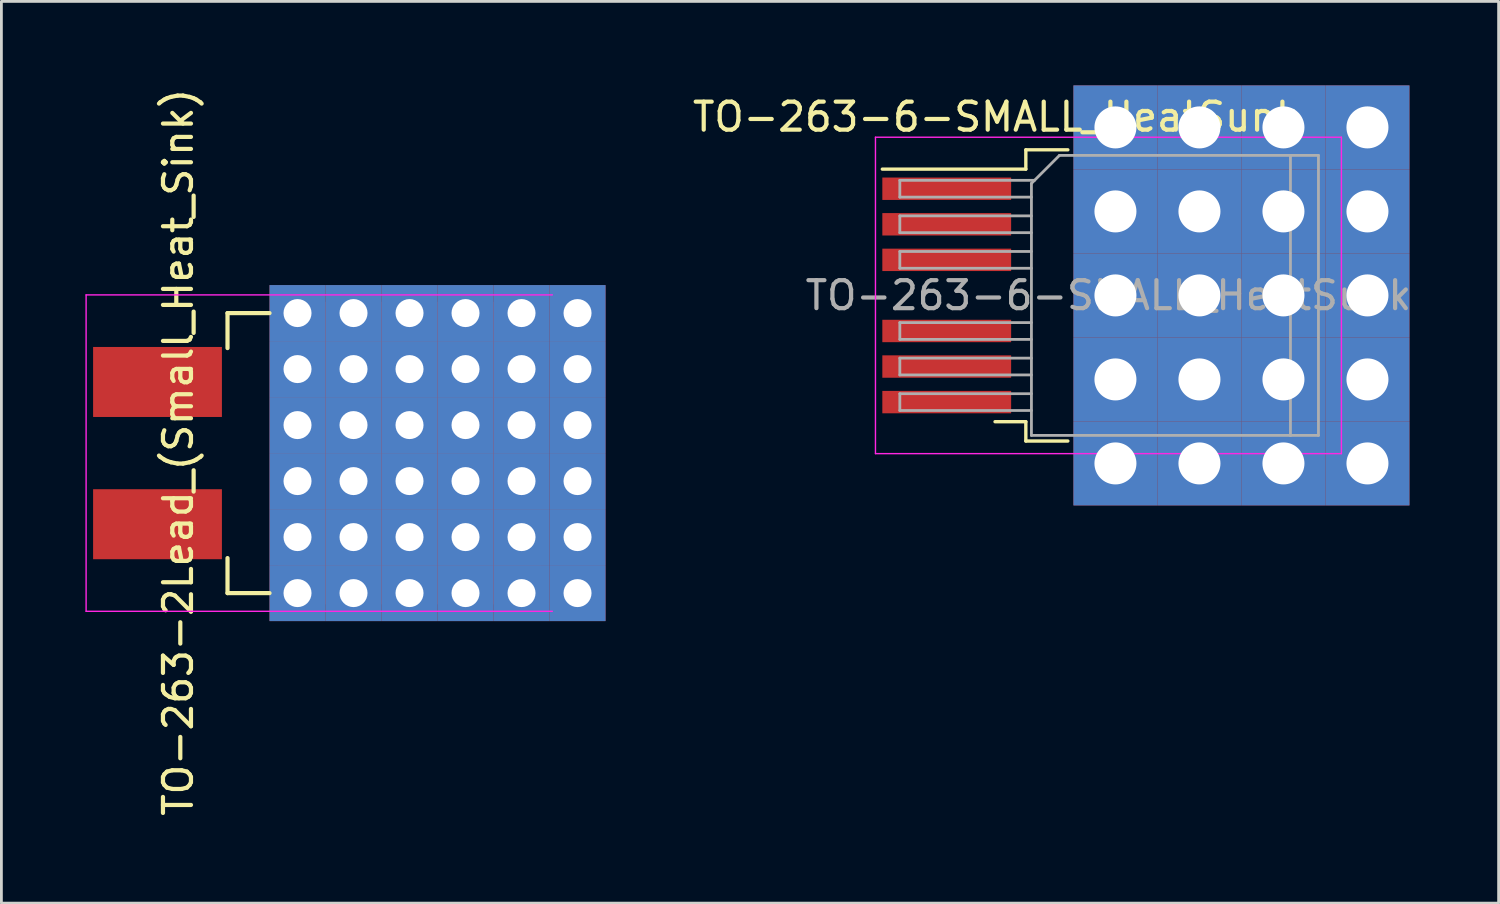
<source format=kicad_pcb>
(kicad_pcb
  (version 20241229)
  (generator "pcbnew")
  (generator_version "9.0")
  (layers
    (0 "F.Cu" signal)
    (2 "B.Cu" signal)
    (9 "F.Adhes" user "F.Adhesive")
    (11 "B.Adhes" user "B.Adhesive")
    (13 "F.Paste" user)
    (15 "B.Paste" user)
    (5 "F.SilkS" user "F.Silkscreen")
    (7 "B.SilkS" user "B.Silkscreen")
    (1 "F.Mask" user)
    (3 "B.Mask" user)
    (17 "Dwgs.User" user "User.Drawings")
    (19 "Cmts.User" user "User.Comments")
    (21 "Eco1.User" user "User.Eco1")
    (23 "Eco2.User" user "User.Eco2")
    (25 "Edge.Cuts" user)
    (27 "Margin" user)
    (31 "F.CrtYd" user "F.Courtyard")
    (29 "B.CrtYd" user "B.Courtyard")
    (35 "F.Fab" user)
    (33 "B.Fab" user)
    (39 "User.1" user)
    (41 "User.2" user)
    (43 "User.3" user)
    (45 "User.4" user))
  (footprint "TO-263-2Lead_(Small_Heat_Sink)"
    (layer "F.Cu")
    (at 2.575 13.131)
    (property "Reference" "TO-263-2Lead_(Small_Heat_Sink)" (at 0.74 -0.03 90) (layer "F.SilkS") (effects (font (size 1 1) (thickness 0.15))))
    (attr smd)
    (fp_line (start 2.5 -5) (end 2.5 -3.75) (stroke (width 0.15) (type solid)) (layer "F.SilkS"))
    (fp_line (start 2.5 -5) (end 4 -5) (stroke (width 0.15) (type solid)) (layer "F.SilkS"))
    (fp_line (start 2.5 5) (end 2.5 3.75) (stroke (width 0.15) (type solid)) (layer "F.SilkS"))
    (fp_line (start 2.5 5) (end 4 5) (stroke (width 0.15) (type solid)) (layer "F.SilkS"))
    (fp_line (start -2.55 -5.65) (end -2.55 5.65) (stroke (width 0.05) (type solid)) (layer "F.CrtYd"))
    (fp_line (start 14.1 -5.65) (end -2.55 -5.65) (stroke (width 0.05) (type solid)) (layer "F.CrtYd"))
    (fp_line (start 14.1 5.65) (end -2.55 5.65) (stroke (width 0.05) (type solid)) (layer "F.CrtYd"))
    (pad "1" smd rect (at 0 -2.54) (size 4.6 2.5) (layers "F.Cu" "F.Mask" "F.Paste"))
    (pad "2" thru_hole rect (at 5 -5) (size 2 2) (drill 1) (layers "*.Cu" "*.Mask"))
    (pad "2" thru_hole rect (at 5 -3) (size 2 2) (drill 1) (layers "*.Cu" "*.Mask"))
    (pad "2" thru_hole rect (at 5 -1) (size 2 2) (drill 1) (layers "*.Cu" "*.Mask"))
    (pad "2" thru_hole rect (at 5 1) (size 2 2) (drill 1) (layers "*.Cu" "*.Mask"))
    (pad "2" thru_hole rect (at 5 3) (size 2 2) (drill 1) (layers "*.Cu" "*.Mask"))
    (pad "2" thru_hole rect (at 5 5) (size 2 2) (drill 1) (layers "*.Cu" "*.Mask"))
    (pad "2" thru_hole rect (at 7 -5) (size 2 2) (drill 1) (layers "*.Cu" "*.Mask"))
    (pad "2" thru_hole rect (at 7 -3) (size 2 2) (drill 1) (layers "*.Cu" "*.Mask"))
    (pad "2" thru_hole rect (at 7 -1) (size 2 2) (drill 1) (layers "*.Cu" "*.Mask"))
    (pad "2" thru_hole rect (at 7 1) (size 2 2) (drill 1) (layers "*.Cu" "*.Mask"))
    (pad "2" thru_hole rect (at 7 3) (size 2 2) (drill 1) (layers "*.Cu" "*.Mask"))
    (pad "2" thru_hole rect (at 7 5) (size 2 2) (drill 1) (layers "*.Cu" "*.Mask"))
    (pad "2" thru_hole rect (at 9 -5) (size 2 2) (drill 1) (layers "*.Cu" "*.Mask"))
    (pad "2" thru_hole rect (at 9 -3) (size 2 2) (drill 1) (layers "*.Cu" "*.Mask"))
    (pad "2" thru_hole rect (at 9 -1) (size 2 2) (drill 1) (layers "*.Cu" "*.Mask"))
    (pad "2" thru_hole rect (at 9 1) (size 2 2) (drill 1) (layers "*.Cu" "*.Mask"))
    (pad "2" thru_hole rect (at 9 3) (size 2 2) (drill 1) (layers "*.Cu" "*.Mask"))
    (pad "2" thru_hole rect (at 9 5) (size 2 2) (drill 1) (layers "*.Cu" "*.Mask"))
    (pad "2" thru_hole rect (at 11 -5) (size 2 2) (drill 1) (layers "*.Cu" "*.Mask"))
    (pad "2" thru_hole rect (at 11 -3) (size 2 2) (drill 1) (layers "*.Cu" "*.Mask"))
    (pad "2" thru_hole rect (at 11 -1) (size 2 2) (drill 1) (layers "*.Cu" "*.Mask"))
    (pad "2" thru_hole rect (at 11 1) (size 2 2) (drill 1) (layers "*.Cu" "*.Mask"))
    (pad "2" thru_hole rect (at 11 3) (size 2 2) (drill 1) (layers "*.Cu" "*.Mask"))
    (pad "2" thru_hole rect (at 11 5) (size 2 2) (drill 1) (layers "*.Cu" "*.Mask"))
    (pad "2" thru_hole rect (at 13 -5) (size 2 2) (drill 1) (layers "*.Cu" "*.Mask"))
    (pad "2" thru_hole rect (at 13 -3) (size 2 2) (drill 1) (layers "*.Cu" "*.Mask"))
    (pad "2" thru_hole rect (at 13 -1) (size 2 2) (drill 1) (layers "*.Cu" "*.Mask"))
    (pad "2" thru_hole rect (at 13 1) (size 2 2) (drill 1) (layers "*.Cu" "*.Mask"))
    (pad "2" thru_hole rect (at 13 3) (size 2 2) (drill 1) (layers "*.Cu" "*.Mask"))
    (pad "2" thru_hole rect (at 13 5) (size 2 2) (drill 1) (layers "*.Cu" "*.Mask"))
    (pad "2" thru_hole rect (at 15 -5) (size 2 2) (drill 1) (layers "*.Cu" "*.Mask"))
    (pad "2" thru_hole rect (at 15 -3) (size 2 2) (drill 1) (layers "*.Cu" "*.Mask"))
    (pad "2" thru_hole rect (at 15 -1) (size 2 2) (drill 1) (layers "*.Cu" "*.Mask"))
    (pad "2" thru_hole rect (at 15 1) (size 2 2) (drill 1) (layers "*.Cu" "*.Mask"))
    (pad "2" thru_hole rect (at 15 3) (size 2 2) (drill 1) (layers "*.Cu" "*.Mask"))
    (pad "2" thru_hole rect (at 15 5) (size 2 2) (drill 1) (layers "*.Cu" "*.Mask"))
    (pad "3" smd rect (at 0 2.54) (size 4.6 2.5) (layers "F.Cu" "F.Mask" "F.Paste"))
    (pad "4" smd rect (at 9 0) (size 9.4 10.8) (layers "F.Cu" "F.Mask" "F.Paste")))
  (footprint "TO-263-6-SMALL_HeatSunk"
    (layer "F.Cu")
    (at 36.535 7.5)
    (property "Reference" "TO-263-6-SMALL_HeatSunk" (at -4.025 -6.375 180) (layer "F.SilkS") (effects (font (size 1 1) (thickness 0.15))))
    (attr smd)
    (fp_line (start -2.95 -5.2) (end -2.95 -4.51) (stroke (width 0.12) (type solid)) (layer "F.SilkS"))
    (fp_line (start -2.95 -4.51) (end -8.075 -4.51) (stroke (width 0.12) (type solid)) (layer "F.SilkS"))
    (fp_line (start -2.95 4.51) (end -4.05 4.51) (stroke (width 0.12) (type solid)) (layer "F.SilkS"))
    (fp_line (start -2.95 5.2) (end -2.95 4.51) (stroke (width 0.12) (type solid)) (layer "F.SilkS"))
    (fp_line (start -1.45 -5.2) (end -2.95 -5.2) (stroke (width 0.12) (type solid)) (layer "F.SilkS"))
    (fp_line (start -1.45 5.2) (end -2.95 5.2) (stroke (width 0.12) (type solid)) (layer "F.SilkS"))
    (fp_line (start -8.32 -5.65) (end -8.32 5.65) (stroke (width 0.05) (type solid)) (layer "F.CrtYd"))
    (fp_line (start -8.32 5.65) (end 8.32 5.65) (stroke (width 0.05) (type solid)) (layer "F.CrtYd"))
    (fp_line (start 8.32 -5.65) (end -8.32 -5.65) (stroke (width 0.05) (type solid)) (layer "F.CrtYd"))
    (fp_line (start 8.32 5.65) (end 8.32 -5.65) (stroke (width 0.05) (type solid)) (layer "F.CrtYd"))
    (fp_line (start -7.45 -4.11) (end -7.45 -3.51) (stroke (width 0.1) (type solid)) (layer "F.Fab"))
    (fp_line (start -7.45 -3.51) (end -2.75 -3.51) (stroke (width 0.1) (type solid)) (layer "F.Fab"))
    (fp_line (start -7.45 -2.84) (end -7.45 -2.24) (stroke (width 0.1) (type solid)) (layer "F.Fab"))
    (fp_line (start -7.45 -2.24) (end -2.75 -2.24) (stroke (width 0.1) (type solid)) (layer "F.Fab"))
    (fp_line (start -7.45 -1.57) (end -7.45 -0.97) (stroke (width 0.1) (type solid)) (layer "F.Fab"))
    (fp_line (start -7.45 -0.97) (end -2.75 -0.97) (stroke (width 0.1) (type solid)) (layer "F.Fab"))
    (fp_line (start -7.45 0.97) (end -7.45 1.57) (stroke (width 0.1) (type solid)) (layer "F.Fab"))
    (fp_line (start -7.45 1.57) (end -2.75 1.57) (stroke (width 0.1) (type solid)) (layer "F.Fab"))
    (fp_line (start -7.45 2.24) (end -7.45 2.84) (stroke (width 0.1) (type solid)) (layer "F.Fab"))
    (fp_line (start -7.45 2.84) (end -2.75 2.84) (stroke (width 0.1) (type solid)) (layer "F.Fab"))
    (fp_line (start -7.45 3.51) (end -7.45 4.11) (stroke (width 0.1) (type solid)) (layer "F.Fab"))
    (fp_line (start -7.45 4.11) (end -2.75 4.11) (stroke (width 0.1) (type solid)) (layer "F.Fab"))
    (fp_line (start -2.75 -4) (end -1.75 -5) (stroke (width 0.1) (type solid)) (layer "F.Fab"))
    (fp_line (start -2.75 -2.84) (end -7.45 -2.84) (stroke (width 0.1) (type solid)) (layer "F.Fab"))
    (fp_line (start -2.75 -1.57) (end -7.45 -1.57) (stroke (width 0.1) (type solid)) (layer "F.Fab"))
    (fp_line (start -2.75 0.97) (end -7.45 0.97) (stroke (width 0.1) (type solid)) (layer "F.Fab"))
    (fp_line (start -2.75 2.24) (end -7.45 2.24) (stroke (width 0.1) (type solid)) (layer "F.Fab"))
    (fp_line (start -2.75 3.51) (end -7.45 3.51) (stroke (width 0.1) (type solid)) (layer "F.Fab"))
    (fp_line (start -2.75 5) (end -2.75 -4) (stroke (width 0.1) (type solid)) (layer "F.Fab"))
    (fp_line (start -2.64 -4.11) (end -7.45 -4.11) (stroke (width 0.1) (type solid)) (layer "F.Fab"))
    (fp_line (start -1.75 -5) (end 6.5 -5) (stroke (width 0.1) (type solid)) (layer "F.Fab"))
    (fp_line (start 6.5 -5) (end 6.5 5) (stroke (width 0.1) (type solid)) (layer "F.Fab"))
    (fp_line (start 6.5 -5) (end 7.5 -5) (stroke (width 0.1) (type solid)) (layer "F.Fab"))
    (fp_line (start 6.5 5) (end -2.75 5) (stroke (width 0.1) (type solid)) (layer "F.Fab"))
    (fp_line (start 7.5 -5) (end 7.5 5) (stroke (width 0.1) (type solid)) (layer "F.Fab"))
    (fp_line (start 7.5 5) (end 6.5 5) (stroke (width 0.1) (type solid)) (layer "F.Fab"))
    (fp_text user "${REFERENCE}" (at 0 0 0) (layer "F.Fab") (effects (font (size 1 1) (thickness 0.15))))
    (pad "1" smd rect (at -5.775 -3.81) (size 4.6 0.8) (layers "F.Cu" "F.Mask" "F.Paste"))
    (pad "2" smd rect (at -5.775 -2.54) (size 4.6 0.8) (layers "F.Cu" "F.Mask" "F.Paste"))
    (pad "3" smd rect (at -5.775 -1.27) (size 4.6 0.8) (layers "F.Cu" "F.Mask" "F.Paste"))
    (pad "4" thru_hole rect (at 0.25 -6) (size 3 3) (drill 1.5) (layers "*.Cu" "*.Mask"))
    (pad "4" thru_hole rect (at 0.25 -3) (size 3 3) (drill 1.5) (layers "*.Cu" "*.Mask"))
    (pad "4" thru_hole rect (at 0.25 0) (size 3 3) (drill 1.5) (layers "*.Cu" "*.Mask"))
    (pad "4" thru_hole rect (at 0.25 3) (size 3 3) (drill 1.5) (layers "*.Cu" "*.Mask"))
    (pad "4" thru_hole rect (at 0.25 6) (size 3 3) (drill 1.5) (layers "*.Cu" "*.Mask"))
    (pad "4" thru_hole rect (at 3.25 -6) (size 3 3) (drill 1.5) (layers "*.Cu" "*.Mask"))
    (pad "4" thru_hole rect (at 3.25 -3) (size 3 3) (drill 1.5) (layers "*.Cu" "*.Mask"))
    (pad "4" thru_hole rect (at 3.25 0) (size 3 3) (drill 1.5) (layers "*.Cu" "*.Mask"))
    (pad "4" thru_hole rect (at 3.25 3) (size 3 3) (drill 1.5) (layers "*.Cu" "*.Mask"))
    (pad "4" thru_hole rect (at 3.25 6) (size 3 3) (drill 1.5) (layers "*.Cu" "*.Mask"))
    (pad "4" thru_hole rect (at 6.25 -6) (size 3 3) (drill 1.5) (layers "*.Cu" "*.Mask"))
    (pad "4" thru_hole rect (at 6.25 -3) (size 3 3) (drill 1.5) (layers "*.Cu" "*.Mask"))
    (pad "4" thru_hole rect (at 6.25 0) (size 3 3) (drill 1.5) (layers "*.Cu" "*.Mask"))
    (pad "4" thru_hole rect (at 6.25 3) (size 3 3) (drill 1.5) (layers "*.Cu" "*.Mask"))
    (pad "4" thru_hole rect (at 6.25 6) (size 3 3) (drill 1.5) (layers "*.Cu" "*.Mask"))
    (pad "4" thru_hole rect (at 9.25 -6) (size 3 3) (drill 1.5) (layers "*.Cu" "*.Mask"))
    (pad "4" thru_hole rect (at 9.25 -3) (size 3 3) (drill 1.5) (layers "*.Cu" "*.Mask"))
    (pad "4" thru_hole rect (at 9.25 0) (size 3 3) (drill 1.5) (layers "*.Cu" "*.Mask"))
    (pad "4" thru_hole rect (at 9.25 3) (size 3 3) (drill 1.5) (layers "*.Cu" "*.Mask"))
    (pad "4" thru_hole rect (at 9.25 6) (size 3 3) (drill 1.5) (layers "*.Cu" "*.Mask"))
    (pad "5" smd rect (at -5.775 1.27) (size 4.6 0.8) (layers "F.Cu" "F.Mask" "F.Paste"))
    (pad "6" smd rect (at -5.775 2.54) (size 4.6 0.8) (layers "F.Cu" "F.Mask" "F.Paste"))
    (pad "7" smd rect (at -5.775 3.81) (size 4.6 0.8) (layers "F.Cu" "F.Mask" "F.Paste")))
  (gr_rect
    (start -3 -3)
    (end 50.469 29.202)
    (stroke (width 0.1) (type default))
    (fill no)
    (layer "Edge.Cuts")))
</source>
